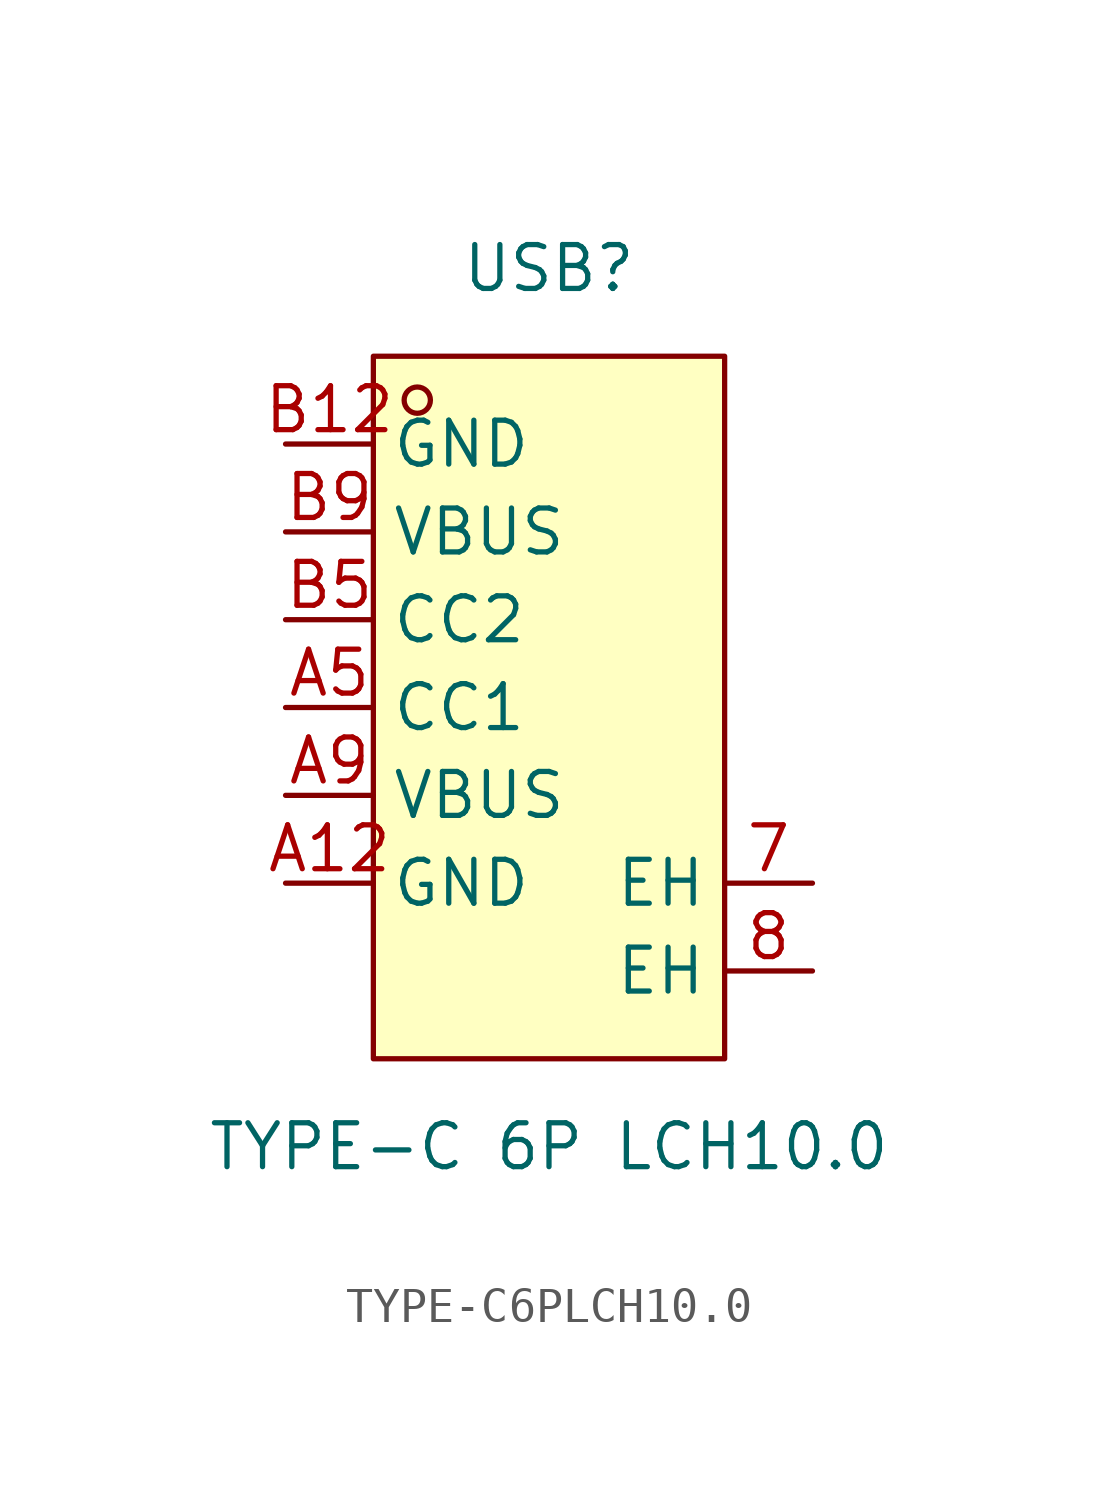
<source format=kicad_sym>
(kicad_symbol_lib
  (version 20211014)
  (generator https://github.com/uPesy/easyeda2kicad.py)
  (symbol "TYPE-C6PLCH10.0"
    (property "Reference" "USB"
      (at 0 11.43 0)
      (effects (font (size 1.27 1.27))))
    (property "Value" "TYPE-C 6P LCH10.0"
      (at 0 -13.97 0)
      (effects (font (size 1.27 1.27))))
    (symbol "TYPE-C6PLCH10.0_0_1"
      (rectangle (start -5.08 8.89) (end 5.08 -11.43) (stroke (width 0) (type default) (color 0 0 0 0)) (fill (type background)))
      (circle (center -3.81 7.62) (radius 0.38) (stroke (width 0) (type default) (color 0 0 0 0)) (fill (type none)))
      (pin unspecified line (at -7.62 6.35 0) (length 2.54) (name "GND" (effects (font (size 1.27 1.27)))) (number "B12" (effects (font (size 1.27 1.27)))))
      (pin unspecified line (at -7.62 3.81 0) (length 2.54) (name "VBUS" (effects (font (size 1.27 1.27)))) (number "B9" (effects (font (size 1.27 1.27)))))
      (pin unspecified line (at -7.62 1.27 0) (length 2.54) (name "CC2" (effects (font (size 1.27 1.27)))) (number "B5" (effects (font (size 1.27 1.27)))))
      (pin unspecified line (at -7.62 -1.27 0) (length 2.54) (name "CC1" (effects (font (size 1.27 1.27)))) (number "A5" (effects (font (size 1.27 1.27)))))
      (pin unspecified line (at -7.62 -3.81 0) (length 2.54) (name "VBUS" (effects (font (size 1.27 1.27)))) (number "A9" (effects (font (size 1.27 1.27)))))
      (pin unspecified line (at -7.62 -6.35 0) (length 2.54) (name "GND" (effects (font (size 1.27 1.27)))) (number "A12" (effects (font (size 1.27 1.27)))))
      (pin unspecified line (at 7.62 -6.35 180) (length 2.54) (name "EH" (effects (font (size 1.27 1.27)))) (number "7" (effects (font (size 1.27 1.27)))))
      (pin unspecified line (at 7.62 -8.89 180) (length 2.54) (name "EH" (effects (font (size 1.27 1.27)))) (number "8" (effects (font (size 1.27 1.27))))))))
</source>
